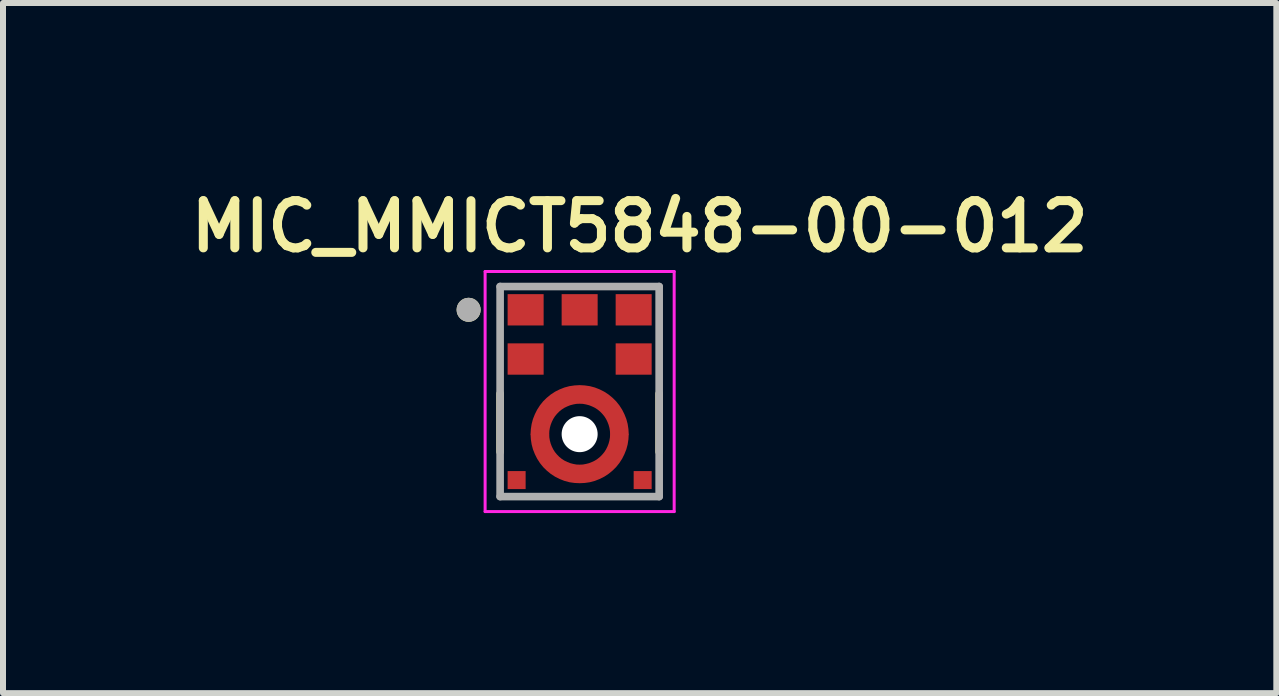
<source format=kicad_pcb>
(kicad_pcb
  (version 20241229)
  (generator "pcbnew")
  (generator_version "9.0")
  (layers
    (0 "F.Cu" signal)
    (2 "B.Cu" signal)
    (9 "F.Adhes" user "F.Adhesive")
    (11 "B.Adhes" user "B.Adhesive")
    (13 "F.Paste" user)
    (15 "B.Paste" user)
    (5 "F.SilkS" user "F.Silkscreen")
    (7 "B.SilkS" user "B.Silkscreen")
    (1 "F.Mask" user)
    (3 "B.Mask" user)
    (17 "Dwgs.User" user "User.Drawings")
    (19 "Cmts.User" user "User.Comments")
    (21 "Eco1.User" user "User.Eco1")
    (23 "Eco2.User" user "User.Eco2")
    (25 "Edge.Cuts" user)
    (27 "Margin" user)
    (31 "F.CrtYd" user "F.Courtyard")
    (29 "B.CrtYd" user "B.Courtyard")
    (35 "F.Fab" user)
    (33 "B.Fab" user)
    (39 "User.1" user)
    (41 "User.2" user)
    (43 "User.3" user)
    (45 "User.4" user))
  (footprint "MIC_MMICT5848-00-012"
    (layer "F.Cu")
    (at 6.608 3.474)
    (property "Reference" "MIC_MMICT5848-00-012" (at 1 -2.75 0) (layer "F.SilkS") (effects (font (size 0.787 0.787) (thickness 0.15))))
    (attr smd)
    (fp_circle (center 0 0.71) (end 0.431 0.71) (stroke (width 0.863) (type solid)) (fill no) (layer "F.Mask"))
    (fp_poly (pts (xy -1.25 -1.673) (xy -0.55 -1.673) (xy -0.55 -1.051) (xy -1.25 -1.051)) (stroke (width 0.01) (type solid)) (fill yes) (layer "F.Mask"))
    (fp_poly (pts (xy -1.25 -0.853) (xy -0.55 -0.853) (xy -0.55 -0.231) (xy -1.25 -0.231)) (stroke (width 0.01) (type solid)) (fill yes) (layer "F.Mask"))
    (fp_poly (pts (xy -1.25 1.275) (xy -0.85 1.275) (xy -0.85 1.675) (xy -1.25 1.675)) (stroke (width 0.01) (type solid)) (fill yes) (layer "F.Mask"))
    (fp_poly (pts (xy -0.35 -1.673) (xy 0.35 -1.673) (xy 0.35 -1.051) (xy -0.35 -1.051)) (stroke (width 0.01) (type solid)) (fill yes) (layer "F.Mask"))
    (fp_poly (pts (xy 0.55 -1.673) (xy 1.25 -1.673) (xy 1.25 -1.051) (xy 0.55 -1.051)) (stroke (width 0.01) (type solid)) (fill yes) (layer "F.Mask"))
    (fp_poly (pts (xy 0.55 -0.853) (xy 1.25 -0.853) (xy 1.25 -0.231) (xy 0.55 -0.231)) (stroke (width 0.01) (type solid)) (fill yes) (layer "F.Mask"))
    (fp_poly (pts (xy 0.85 1.275) (xy 1.25 1.275) (xy 1.25 1.675) (xy 0.85 1.675)) (stroke (width 0.01) (type solid)) (fill yes) (layer "F.Mask"))
    (fp_line (start -1.325 0.035) (end -1.325 1.005) (stroke (width 0.127) (type solid)) (layer "F.SilkS"))
    (fp_line (start 1.325 0.035) (end 1.325 1.005) (stroke (width 0.127) (type solid)) (layer "F.SilkS"))
    (fp_circle (center -1.85 -1.362) (end -1.75 -1.362) (stroke (width 0.2) (type solid)) (fill no) (layer "F.SilkS"))
    (fp_poly (pts (xy -1.185 1.34) (xy -0.915 1.34) (xy -0.915 1.61) (xy -1.185 1.61)) (stroke (width 0.01) (type solid)) (fill yes) (layer "F.Paste"))
    (fp_poly (pts (xy -1.15 -1.573) (xy -0.65 -1.573) (xy -0.65 -1.151) (xy -1.15 -1.151)) (stroke (width 0.01) (type solid)) (fill yes) (layer "F.Paste"))
    (fp_poly (pts (xy -1.15 -0.753) (xy -0.65 -0.753) (xy -0.65 -0.331) (xy -1.15 -0.331)) (stroke (width 0.01) (type solid)) (fill yes) (layer "F.Paste"))
    (fp_poly (pts (xy -0.25 -1.583) (xy 0.25 -1.583) (xy 0.25 -1.161) (xy -0.25 -1.161)) (stroke (width 0.01) (type solid)) (fill yes) (layer "F.Paste"))
    (fp_poly (pts (xy 0.65 -1.573) (xy 1.15 -1.573) (xy 1.15 -1.151) (xy 0.65 -1.151)) (stroke (width 0.01) (type solid)) (fill yes) (layer "F.Paste"))
    (fp_poly (pts (xy 0.65 -0.753) (xy 1.15 -0.753) (xy 1.15 -0.331) (xy 0.65 -0.331)) (stroke (width 0.01) (type solid)) (fill yes) (layer "F.Paste"))
    (fp_poly (pts (xy 0.915 1.34) (xy 1.185 1.34) (xy 1.185 1.61) (xy 0.915 1.61)) (stroke (width 0.01) (type solid)) (fill yes) (layer "F.Paste"))
    (fp_poly (pts (xy -0.56 0.66) (xy -0.811 0.66) (xy -0.807 0.615) (xy -0.801 0.576) (xy -0.794 0.538) (xy -0.785 0.501) (xy -0.774 0.463) (xy -0.762 0.427) (xy -0.747 0.391) (xy -0.731 0.356) (xy -0.713 0.321) (xy -0.694 0.287) (xy -0.673 0.255) (xy -0.651 0.223) (xy -0.627 0.193) (xy -0.601 0.164) (xy -0.575 0.135) (xy -0.546 0.109) (xy -0.517 0.083) (xy -0.487 0.059) (xy -0.455 0.037) (xy -0.423 0.016) (xy -0.389 -0.003) (xy -0.354 -0.021) (xy -0.319 -0.037) (xy -0.283 -0.052) (xy -0.247 -0.064) (xy -0.209 -0.075) (xy -0.172 -0.084) (xy -0.134 -0.091) (xy -0.095 -0.097) (xy -0.05 -0.101) (xy -0.05 0.15) (xy -0.075 0.153) (xy -0.101 0.157) (xy -0.127 0.162) (xy -0.152 0.168) (xy -0.177 0.176) (xy -0.202 0.185) (xy -0.226 0.195) (xy -0.25 0.206) (xy -0.273 0.218) (xy -0.295 0.231) (xy -0.317 0.246) (xy -0.339 0.261) (xy -0.359 0.277) (xy -0.379 0.294) (xy -0.398 0.312) (xy -0.416 0.331) (xy -0.433 0.351) (xy -0.449 0.371) (xy -0.464 0.393) (xy -0.479 0.415) (xy -0.492 0.437) (xy -0.504 0.46) (xy -0.515 0.484) (xy -0.525 0.508) (xy -0.534 0.533) (xy -0.542 0.558) (xy -0.548 0.583) (xy -0.553 0.609) (xy -0.557 0.635) (xy -0.56 0.66) (xy -0.56 0.66)) (stroke (width 0.01) (type solid)) (fill yes) (layer "F.Paste"))
    (fp_poly (pts (xy -0.05 1.27) (xy -0.05 1.521) (xy -0.095 1.517) (xy -0.134 1.511) (xy -0.172 1.504) (xy -0.209 1.495) (xy -0.247 1.484) (xy -0.283 1.472) (xy -0.319 1.457) (xy -0.354 1.441) (xy -0.389 1.423) (xy -0.423 1.404) (xy -0.455 1.383) (xy -0.487 1.361) (xy -0.517 1.337) (xy -0.546 1.311) (xy -0.575 1.285) (xy -0.601 1.256) (xy -0.627 1.227) (xy -0.651 1.197) (xy -0.673 1.165) (xy -0.694 1.133) (xy -0.713 1.099) (xy -0.731 1.064) (xy -0.747 1.029) (xy -0.762 0.993) (xy -0.774 0.957) (xy -0.785 0.919) (xy -0.794 0.882) (xy -0.801 0.844) (xy -0.807 0.805) (xy -0.811 0.76) (xy -0.56 0.76) (xy -0.557 0.785) (xy -0.553 0.811) (xy -0.548 0.837) (xy -0.542 0.862) (xy -0.534 0.887) (xy -0.525 0.912) (xy -0.515 0.936) (xy -0.504 0.96) (xy -0.492 0.983) (xy -0.479 1.005) (xy -0.464 1.027) (xy -0.449 1.049) (xy -0.433 1.069) (xy -0.416 1.089) (xy -0.398 1.108) (xy -0.379 1.126) (xy -0.359 1.143) (xy -0.339 1.159) (xy -0.317 1.174) (xy -0.295 1.189) (xy -0.273 1.202) (xy -0.25 1.214) (xy -0.226 1.225) (xy -0.202 1.235) (xy -0.177 1.244) (xy -0.152 1.252) (xy -0.127 1.258) (xy -0.101 1.263) (xy -0.075 1.267) (xy -0.05 1.27) (xy -0.05 1.27)) (stroke (width 0.01) (type solid)) (fill yes) (layer "F.Paste"))
    (fp_poly (pts (xy 0.05 0.15) (xy 0.05 -0.101) (xy 0.095 -0.097) (xy 0.134 -0.091) (xy 0.172 -0.084) (xy 0.209 -0.075) (xy 0.247 -0.064) (xy 0.283 -0.052) (xy 0.319 -0.037) (xy 0.354 -0.021) (xy 0.389 -0.003) (xy 0.423 0.016) (xy 0.455 0.037) (xy 0.487 0.059) (xy 0.517 0.083) (xy 0.546 0.109) (xy 0.575 0.135) (xy 0.601 0.164) (xy 0.627 0.193) (xy 0.651 0.223) (xy 0.673 0.255) (xy 0.694 0.287) (xy 0.713 0.321) (xy 0.731 0.356) (xy 0.747 0.391) (xy 0.762 0.427) (xy 0.774 0.463) (xy 0.785 0.501) (xy 0.794 0.538) (xy 0.801 0.576) (xy 0.807 0.615) (xy 0.811 0.66) (xy 0.56 0.66) (xy 0.557 0.635) (xy 0.553 0.609) (xy 0.548 0.583) (xy 0.542 0.558) (xy 0.534 0.533) (xy 0.525 0.508) (xy 0.515 0.484) (xy 0.504 0.46) (xy 0.492 0.437) (xy 0.479 0.415) (xy 0.464 0.393) (xy 0.449 0.371) (xy 0.433 0.351) (xy 0.416 0.331) (xy 0.398 0.312) (xy 0.379 0.294) (xy 0.359 0.277) (xy 0.339 0.261) (xy 0.317 0.246) (xy 0.295 0.231) (xy 0.273 0.218) (xy 0.25 0.206) (xy 0.226 0.195) (xy 0.202 0.185) (xy 0.177 0.176) (xy 0.152 0.168) (xy 0.127 0.162) (xy 0.101 0.157) (xy 0.075 0.153) (xy 0.05 0.15) (xy 0.05 0.15)) (stroke (width 0.01) (type solid)) (fill yes) (layer "F.Paste"))
    (fp_poly (pts (xy 0.56 0.76) (xy 0.811 0.76) (xy 0.807 0.805) (xy 0.801 0.844) (xy 0.794 0.882) (xy 0.785 0.919) (xy 0.774 0.957) (xy 0.762 0.993) (xy 0.747 1.029) (xy 0.731 1.064) (xy 0.713 1.099) (xy 0.694 1.133) (xy 0.673 1.165) (xy 0.651 1.197) (xy 0.627 1.227) (xy 0.601 1.256) (xy 0.575 1.285) (xy 0.546 1.311) (xy 0.517 1.337) (xy 0.487 1.361) (xy 0.455 1.383) (xy 0.423 1.404) (xy 0.389 1.423) (xy 0.354 1.441) (xy 0.319 1.457) (xy 0.283 1.472) (xy 0.247 1.484) (xy 0.209 1.495) (xy 0.172 1.504) (xy 0.134 1.511) (xy 0.095 1.517) (xy 0.05 1.521) (xy 0.05 1.27) (xy 0.075 1.267) (xy 0.101 1.263) (xy 0.127 1.258) (xy 0.152 1.252) (xy 0.177 1.244) (xy 0.202 1.235) (xy 0.226 1.225) (xy 0.25 1.214) (xy 0.273 1.202) (xy 0.295 1.189) (xy 0.317 1.174) (xy 0.339 1.159) (xy 0.359 1.143) (xy 0.379 1.126) (xy 0.398 1.108) (xy 0.416 1.089) (xy 0.433 1.069) (xy 0.449 1.049) (xy 0.464 1.027) (xy 0.479 1.005) (xy 0.492 0.983) (xy 0.504 0.96) (xy 0.515 0.936) (xy 0.525 0.912) (xy 0.534 0.887) (xy 0.542 0.862) (xy 0.548 0.837) (xy 0.553 0.811) (xy 0.557 0.785) (xy 0.56 0.76) (xy 0.56 0.76)) (stroke (width 0.01) (type solid)) (fill yes) (layer "F.Paste"))
    (fp_line (start -1.575 -2) (end 1.575 -2) (stroke (width 0.05) (type solid)) (layer "F.CrtYd"))
    (fp_line (start -1.575 2) (end -1.575 -2) (stroke (width 0.05) (type solid)) (layer "F.CrtYd"))
    (fp_line (start 1.575 -2) (end 1.575 2) (stroke (width 0.05) (type solid)) (layer "F.CrtYd"))
    (fp_line (start 1.575 2) (end -1.575 2) (stroke (width 0.05) (type solid)) (layer "F.CrtYd"))
    (fp_line (start -1.325 -1.75) (end 1.325 -1.75) (stroke (width 0.127) (type solid)) (layer "F.Fab"))
    (fp_line (start -1.325 1.75) (end -1.325 -1.75) (stroke (width 0.127) (type solid)) (layer "F.Fab"))
    (fp_line (start 1.325 -1.75) (end 1.325 1.75) (stroke (width 0.127) (type solid)) (layer "F.Fab"))
    (fp_line (start 1.325 1.75) (end -1.325 1.75) (stroke (width 0.127) (type solid)) (layer "F.Fab"))
    (fp_circle (center -1.85 -1.362) (end -1.75 -1.362) (stroke (width 0.2) (type solid)) (fill no) (layer "F.Fab"))
    (pad "" np_thru_hole circle (at 0 0.71) (size 0.6 0.6) (drill 0.6) (layers "*.Cu" "*.Mask"))
    (pad "1" smd rect (at -0.9 -1.362) (size 0.6 0.522) (layers "F.Cu"))
    (pad "2" smd rect (at -0.9 -0.542) (size 0.6 0.522) (layers "F.Cu"))
    (pad "3_1" smd custom (at 0 0.048) (size 0.25 0.25) (layers "F.Cu") (options (anchor rect)) (primitives (gr_poly (pts (xy -0.512 0.662) (xy -0.813 0.662) (xy -0.808 0.578) (xy -0.795 0.493) (xy -0.773 0.411) (xy -0.742 0.333) (xy -0.704 0.257) (xy -0.657 0.184) (xy -0.604 0.118) (xy -0.544 0.059) (xy -0.478 0.005) (xy -0.406 -0.042) (xy -0.33 -0.08) (xy -0.251 -0.111) (xy -0.169 -0.133) (xy -0.085 -0.145) (xy 0 -0.15) (xy 0.085 -0.145) (xy 0.169 -0.133) (xy 0.251 -0.111) (xy 0.33 -0.08) (xy 0.406 -0.042) (xy 0.478 0.005) (xy 0.544 0.059) (xy 0.604 0.118) (xy 0.657 0.184) (xy 0.704 0.257) (xy 0.742 0.333) (xy 0.773 0.411) (xy 0.795 0.493) (xy 0.808 0.578) (xy 0.813 0.662) (xy 0.512 0.662) (xy 0.51 0.609) (xy 0.501 0.555) (xy 0.487 0.504) (xy 0.468 0.455) (xy 0.444 0.406) (xy 0.415 0.361) (xy 0.381 0.32) (xy 0.343 0.281) (xy 0.301 0.247) (xy 0.256 0.218) (xy 0.208 0.195) (xy 0.158 0.175) (xy 0.107 0.162) (xy 0.054 0.152) (xy 0 0.15) (xy -0.054 0.152) (xy -0.107 0.162) (xy -0.158 0.175) (xy -0.208 0.195) (xy -0.256 0.218) (xy -0.301 0.247) (xy -0.343 0.281) (xy -0.381 0.32) (xy -0.415 0.361) (xy -0.444 0.406) (xy -0.468 0.455) (xy -0.487 0.504) (xy -0.501 0.555) (xy -0.51 0.609) (xy -0.512 0.662) (xy -0.512 0.662)) (width 0.01) (fill yes))))
    (pad "3_2" smd custom (at 0 1.373) (size 0.25 0.25) (layers "F.Cu") (options (anchor rect)) (primitives (gr_poly (pts (xy 0.512 -0.662) (xy 0.813 -0.662) (xy 0.808 -0.578) (xy 0.795 -0.493) (xy 0.773 -0.411) (xy 0.742 -0.333) (xy 0.704 -0.257) (xy 0.657 -0.184) (xy 0.604 -0.118) (xy 0.544 -0.059) (xy 0.478 -0.005) (xy 0.406 0.042) (xy 0.33 0.08) (xy 0.251 0.111) (xy 0.169 0.133) (xy 0.085 0.145) (xy 0 0.149) (xy -0.085 0.145) (xy -0.169 0.133) (xy -0.251 0.111) (xy -0.33 0.08) (xy -0.406 0.042) (xy -0.478 -0.005) (xy -0.544 -0.059) (xy -0.604 -0.118) (xy -0.657 -0.184) (xy -0.704 -0.257) (xy -0.742 -0.333) (xy -0.773 -0.411) (xy -0.795 -0.493) (xy -0.808 -0.578) (xy -0.813 -0.662) (xy -0.512 -0.662) (xy -0.51 -0.609) (xy -0.501 -0.555) (xy -0.487 -0.504) (xy -0.468 -0.455) (xy -0.444 -0.406) (xy -0.415 -0.361) (xy -0.381 -0.32) (xy -0.343 -0.281) (xy -0.301 -0.247) (xy -0.256 -0.218) (xy -0.208 -0.195) (xy -0.158 -0.175) (xy -0.107 -0.162) (xy -0.054 -0.152) (xy 0 -0.15) (xy 0.054 -0.152) (xy 0.107 -0.162) (xy 0.158 -0.175) (xy 0.208 -0.195) (xy 0.256 -0.218) (xy 0.301 -0.247) (xy 0.343 -0.281) (xy 0.381 -0.32) (xy 0.415 -0.361) (xy 0.444 -0.406) (xy 0.468 -0.455) (xy 0.487 -0.504) (xy 0.501 -0.555) (xy 0.51 -0.609) (xy 0.512 -0.662) (xy 0.512 -0.662)) (width 0.01) (fill yes))))
    (pad "4" smd rect (at -1.05 1.475) (size 0.3 0.3) (layers "F.Cu"))
    (pad "5" smd rect (at 1.05 1.475) (size 0.3 0.3) (layers "F.Cu"))
    (pad "6" smd rect (at 0.9 -0.542) (size 0.6 0.522) (layers "F.Cu"))
    (pad "7" smd rect (at 0.9 -1.362) (size 0.6 0.522) (layers "F.Cu"))
    (pad "8" smd rect (at 0 -1.362) (size 0.6 0.522) (layers "F.Cu")))
  (gr_rect
    (start -3 -3)
    (end 18.216 8.499)
    (stroke (width 0.1) (type default))
    (fill no)
    (layer "Edge.Cuts")))
</source>
